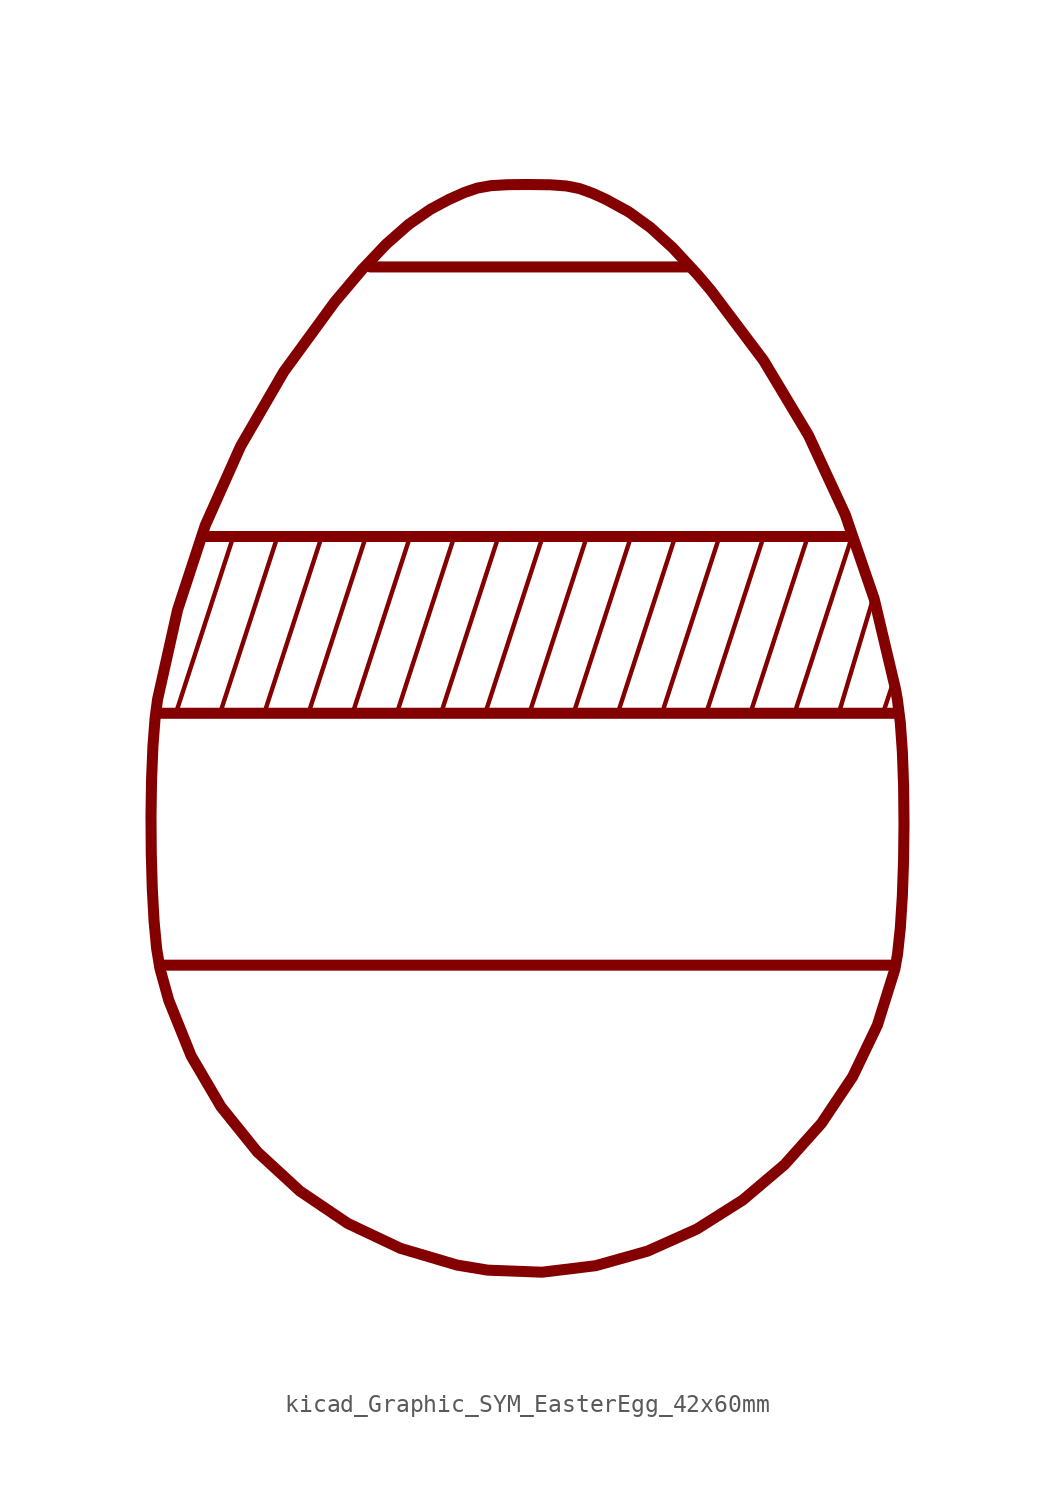
<source format=kicad_sym>
(kicad_symbol_lib
  (version 20220914)
  (generator kicad_symbol_editor)
  (symbol "kicad_Graphic_SYM_EasterEgg_42x60mm"
    (property "Reference" "SYM"
      (at 0 0 0)
      (effects (font (size 1.27 1.27)) hide))
    (symbol "kicad_Graphic_SYM_EasterEgg_42x60mm_0_0"
      (polyline (pts (xy -21.336 31.75) (xy 21.082 31.75)) (stroke (width 0.635) (type default)) (fill (type none)))
      (polyline (pts (xy -21.082 17.272) (xy 20.828 17.272)) (stroke (width 0.635) (type default)) (fill (type none)))
      (polyline (pts (xy -20.32 31.75) (xy -17.018 41.91)) (stroke (width 0.254) (type default)) (fill (type none)))
      (polyline (pts (xy -18.542 41.91) (xy 18.542 41.91)) (stroke (width 0.635) (type default)) (fill (type none)))
      (polyline (pts (xy -17.78 31.75) (xy -14.478 41.91)) (stroke (width 0.254) (type default)) (fill (type none)))
      (polyline (pts (xy -15.24 31.75) (xy -11.938 41.91)) (stroke (width 0.254) (type default)) (fill (type none)))
      (polyline (pts (xy -12.7 31.75) (xy -9.398 41.91)) (stroke (width 0.254) (type default)) (fill (type none)))
      (polyline (pts (xy -10.16 31.75) (xy -6.858 41.91)) (stroke (width 0.254) (type default)) (fill (type none)))
      (polyline (pts (xy -9.144 57.404) (xy 9.144 57.404)) (stroke (width 0.635) (type default)) (fill (type none)))
      (polyline (pts (xy -7.62 31.75) (xy -4.318 41.91)) (stroke (width 0.254) (type default)) (fill (type none)))
      (polyline (pts (xy -5.08 31.75) (xy -1.778 41.91)) (stroke (width 0.254) (type default)) (fill (type none)))
      (polyline (pts (xy -2.54 31.75) (xy 0.762 41.91)) (stroke (width 0.254) (type default)) (fill (type none)))
      (polyline (pts (xy 0 31.75) (xy 3.302 41.91)) (stroke (width 0.254) (type default)) (fill (type none)))
      (polyline (pts (xy 2.54 31.75) (xy 5.842 41.91)) (stroke (width 0.254) (type default)) (fill (type none)))
      (polyline (pts (xy 5.08 31.75) (xy 8.382 41.91)) (stroke (width 0.254) (type default)) (fill (type none)))
      (polyline (pts (xy 7.62 31.75) (xy 10.922 41.91)) (stroke (width 0.254) (type default)) (fill (type none)))
      (polyline (pts (xy 10.16 31.75) (xy 13.462 41.91)) (stroke (width 0.254) (type default)) (fill (type none)))
      (polyline (pts (xy 12.7 31.75) (xy 16.002 41.91)) (stroke (width 0.254) (type default)) (fill (type none)))
      (polyline (pts (xy 15.24 31.75) (xy 18.542 41.91)) (stroke (width 0.254) (type default)) (fill (type none)))
      (polyline (pts (xy 17.78 31.75) (xy 19.685 38.1)) (stroke (width 0.254) (type default)) (fill (type none)))
      (polyline (pts (xy 20.32 31.75) (xy 20.955 33.655)) (stroke (width 0.254) (type default)) (fill (type none)))
      (polyline (pts (xy 3.81 0) (xy 6.788 0.836) (xy 9.619 2.103) (xy 12.26 3.77) (xy 14.664 5.807) (xy 16.786 8.182) (xy 18.58 10.865) (xy 20.001 13.826) (xy 21.003 17.033) (xy 21.158 17.902) (xy 21.318 19.406) (xy 21.434 21.239) (xy 21.505 23.284) (xy 21.53 25.422) (xy 21.508 27.536) (xy 21.437 29.507) (xy 21.317 31.219) (xy 21.147 32.553) (xy 21.029 33.198) (xy 19.813 38.333) (xy 18.153 43.169) (xy 16.04 47.725) (xy 13.464 52.02) (xy 10.417 56.073) (xy 9.657 56.967) (xy 8.248 58.489) (xy 6.964 59.662) (xy 5.712 60.567) (xy 4.396 61.286) (xy 3.647 61.627) (xy 2.887 61.904) (xy 2.127 62.058) (xy 1.188 62.126) (xy -0.111 62.141) (xy -1.219 62.132) (xy -2.206 62.075) (xy -2.983 61.938) (xy -3.731 61.684) (xy -4.63 61.281) (xy -5.679 60.72) (xy -6.936 59.851) (xy -8.219 58.722) (xy -9.608 57.262) (xy -11.181 55.401) (xy -14.114 51.384) (xy -16.6 47.099) (xy -18.632 42.547) (xy -20.219 37.706) (xy -21.371 32.553) (xy -21.514 31.476) (xy -21.64 29.836) (xy -21.718 27.918) (xy -21.75 25.836) (xy -21.735 23.71) (xy -21.675 21.654) (xy -21.572 19.788) (xy -21.426 18.226) (xy -21.237 17.086) (xy -20.729 15.249) (xy -19.441 12.055) (xy -17.731 9.139) (xy -15.636 6.537) (xy -13.194 4.288) (xy -10.443 2.43) (xy -7.421 1) (xy -4.164 0.036) (xy -2.401 -0.257) (xy 0.732 -0.375) (xy 3.81 0)) (stroke (width 0.635) (type default)) (fill (type none))))))
</source>
